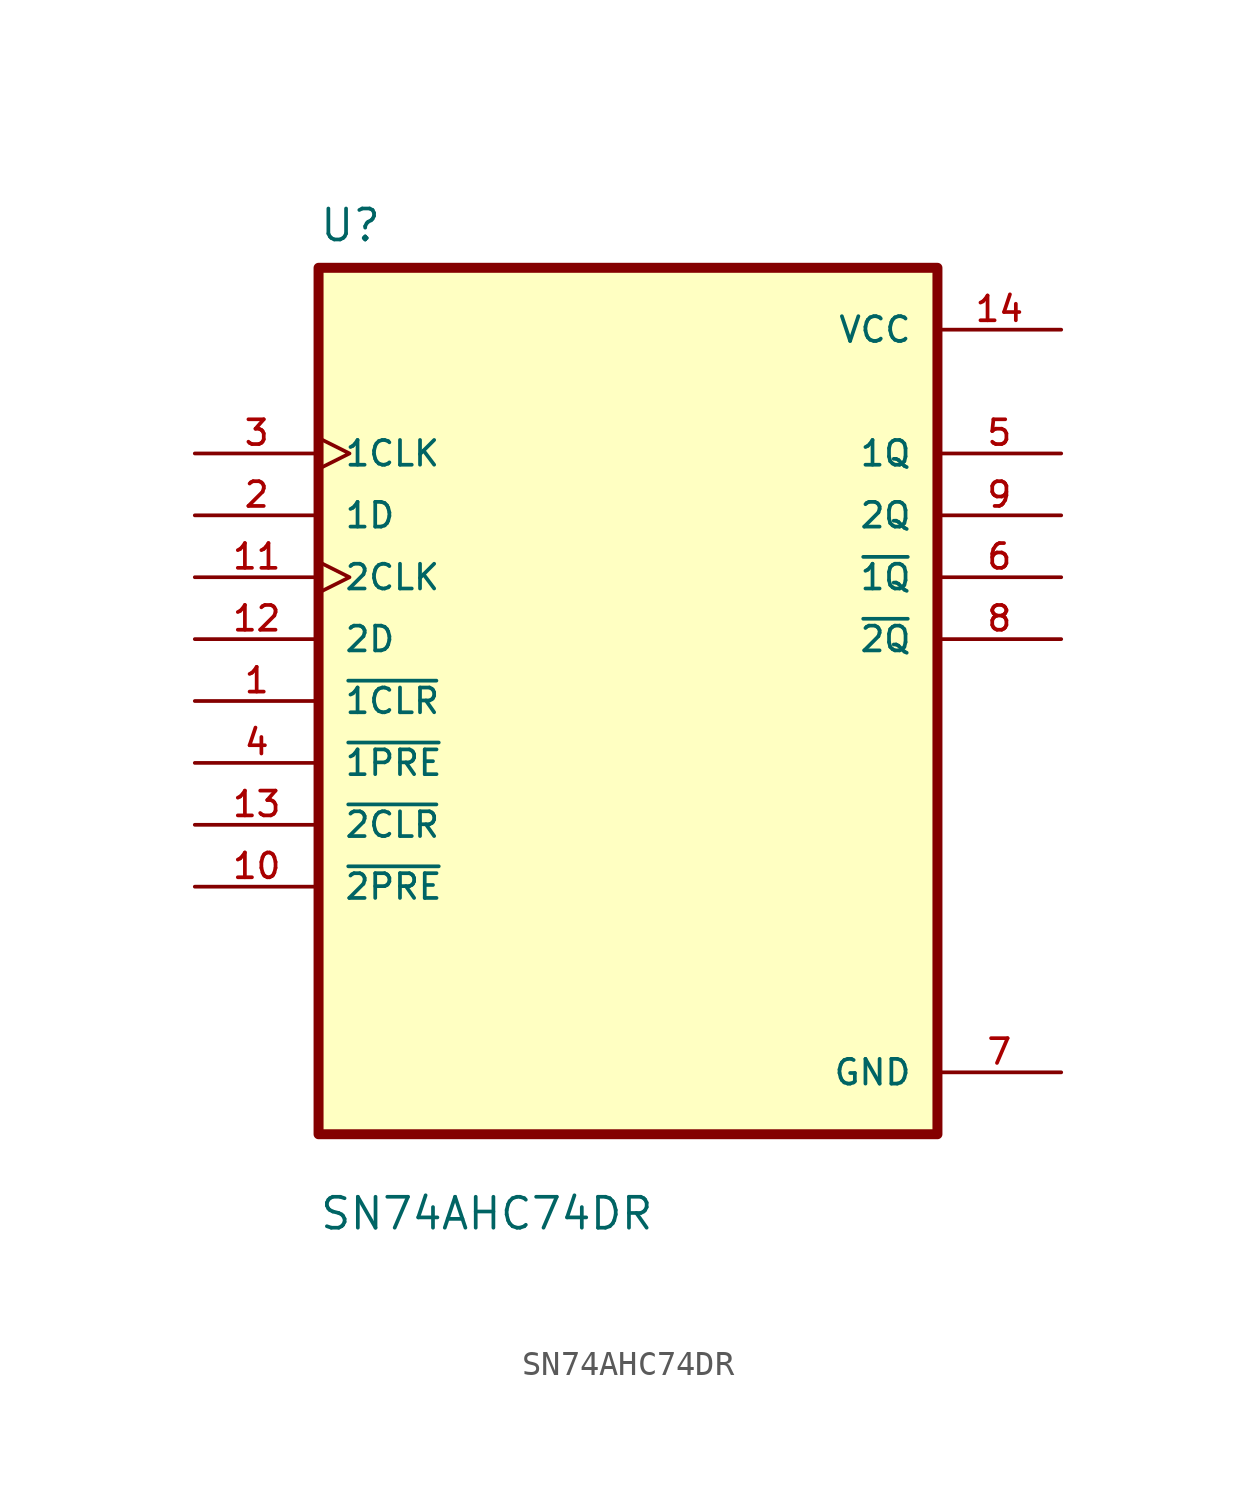
<source format=kicad_sym>
(kicad_symbol_lib
  (version 20211014)
  (generator kicad_symbol_editor)
  (symbol "SN74AHC74DR"
    (pin_names
      (offset 1.016))
    (property "Reference" "U"
      (at -12.7 18.78 0.0)
      (effects (font (size 1.27 1.27)) (justify bottom left)))
    (property "Value" "SN74AHC74DR"
      (at -12.7 -21.78 0.0)
      (effects (font (size 1.27 1.27)) (justify bottom left)))
    (symbol "SN74AHC74DR_0_0"
      (rectangle (start -12.7 -17.78) (end 12.7 17.78) (stroke (width 0.41)) (fill (type background)))
      (pin input clock (at -17.78 10.16 0) (length 5.08) (name "1CLK" (effects (font (size 1.016 1.016)))) (number "3" (effects (font (size 1.016 1.016)))))
      (pin input line (at -17.78 7.62 0) (length 5.08) (name "1D" (effects (font (size 1.016 1.016)))) (number "2" (effects (font (size 1.016 1.016)))))
      (pin input clock (at -17.78 5.08 0) (length 5.08) (name "2CLK" (effects (font (size 1.016 1.016)))) (number "11" (effects (font (size 1.016 1.016)))))
      (pin input line (at -17.78 2.54 0) (length 5.08) (name "2D" (effects (font (size 1.016 1.016)))) (number "12" (effects (font (size 1.016 1.016)))))
      (pin input line (at -17.78 0.0 0) (length 5.08) (name "~{1CLR}" (effects (font (size 1.016 1.016)))) (number "1" (effects (font (size 1.016 1.016)))))
      (pin input line (at -17.78 -2.54 0) (length 5.08) (name "~{1PRE}" (effects (font (size 1.016 1.016)))) (number "4" (effects (font (size 1.016 1.016)))))
      (pin input line (at -17.78 -5.08 0) (length 5.08) (name "~{2CLR}" (effects (font (size 1.016 1.016)))) (number "13" (effects (font (size 1.016 1.016)))))
      (pin input line (at -17.78 -7.62 0) (length 5.08) (name "~{2PRE}" (effects (font (size 1.016 1.016)))) (number "10" (effects (font (size 1.016 1.016)))))
      (pin power_in line (at 17.78 15.24 180.0) (length 5.08) (name "VCC" (effects (font (size 1.016 1.016)))) (number "14" (effects (font (size 1.016 1.016)))))
      (pin output line (at 17.78 10.16 180.0) (length 5.08) (name "1Q" (effects (font (size 1.016 1.016)))) (number "5" (effects (font (size 1.016 1.016)))))
      (pin output line (at 17.78 7.62 180.0) (length 5.08) (name "2Q" (effects (font (size 1.016 1.016)))) (number "9" (effects (font (size 1.016 1.016)))))
      (pin output line (at 17.78 5.08 180.0) (length 5.08) (name "~{1Q}" (effects (font (size 1.016 1.016)))) (number "6" (effects (font (size 1.016 1.016)))))
      (pin output line (at 17.78 2.54 180.0) (length 5.08) (name "~{2Q}" (effects (font (size 1.016 1.016)))) (number "8" (effects (font (size 1.016 1.016)))))
      (pin power_in line (at 17.78 -15.24 180.0) (length 5.08) (name "GND" (effects (font (size 1.016 1.016)))) (number "7" (effects (font (size 1.016 1.016))))))))
</source>
